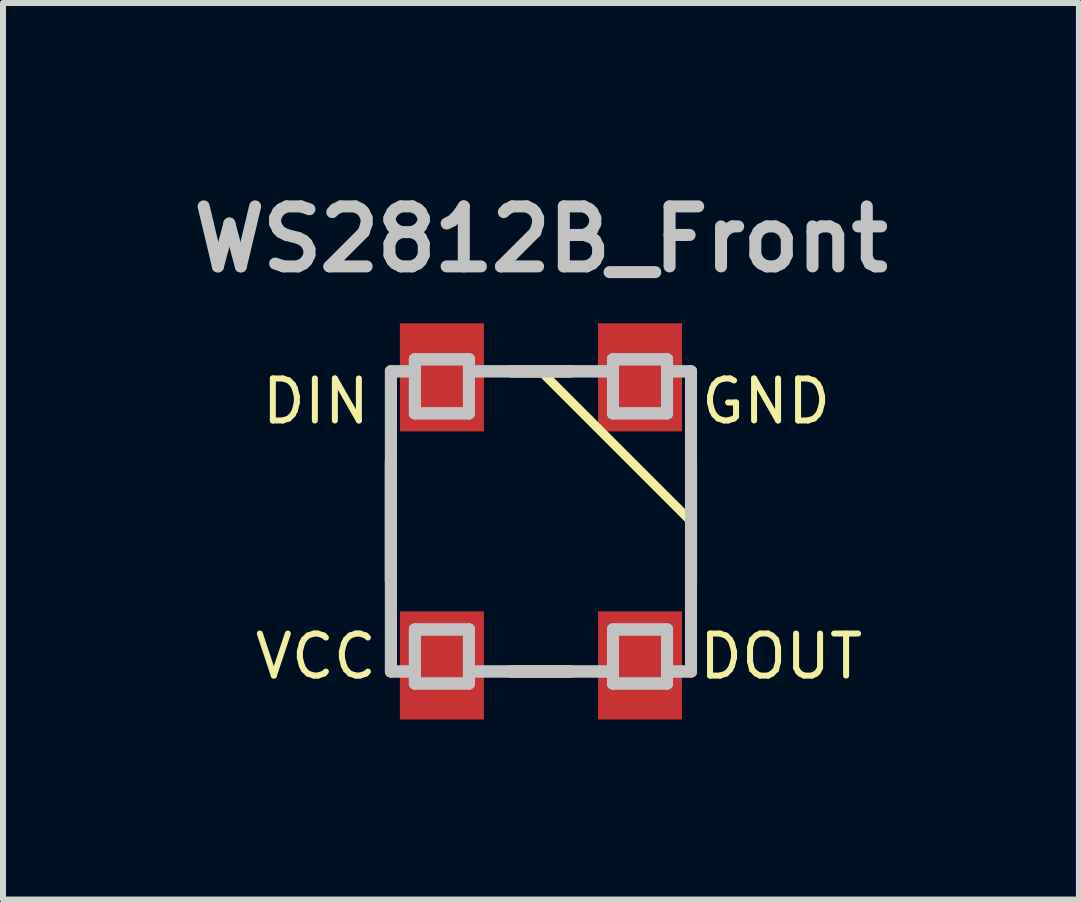
<source format=kicad_pcb>
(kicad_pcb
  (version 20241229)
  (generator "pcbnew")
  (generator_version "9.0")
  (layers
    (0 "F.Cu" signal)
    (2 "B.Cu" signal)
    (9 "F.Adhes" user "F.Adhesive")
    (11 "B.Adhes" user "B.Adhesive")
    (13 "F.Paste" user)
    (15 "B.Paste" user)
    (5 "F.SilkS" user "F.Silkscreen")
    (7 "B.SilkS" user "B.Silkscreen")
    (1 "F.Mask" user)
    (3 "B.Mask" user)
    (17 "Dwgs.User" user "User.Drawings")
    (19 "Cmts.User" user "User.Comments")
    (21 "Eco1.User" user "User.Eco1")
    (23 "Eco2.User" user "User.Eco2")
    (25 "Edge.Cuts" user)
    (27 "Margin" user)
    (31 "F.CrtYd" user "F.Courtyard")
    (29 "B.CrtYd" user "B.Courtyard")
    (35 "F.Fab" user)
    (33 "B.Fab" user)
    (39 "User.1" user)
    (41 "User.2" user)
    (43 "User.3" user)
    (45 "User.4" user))
  (footprint "WS2812B_Front"
    (layer "F.Cu")
    (at 5.962 5.636)
    (property "Reference" "WS2812B_Front" (at 0 -4.7 0) (layer "Dwgs.User") (effects (font (size 1 1) (thickness 0.2))))
    (attr through_hole)
    (fp_line (start -2.5 -1) (end -2.5 1) (stroke (width 0.2) (type solid)) (layer "F.SilkS"))
    (fp_line (start -2.5 -1) (end -2.5 1) (stroke (width 0.2) (type solid)) (layer "F.SilkS"))
    (fp_line (start -0.5 -2.5) (end 0.5 -2.5) (stroke (width 0.2) (type solid)) (layer "F.SilkS"))
    (fp_line (start -0.5 2.5) (end 0.5 2.5) (stroke (width 0.2) (type solid)) (layer "F.SilkS"))
    (fp_line (start 0 -2.5) (end 2.5 0) (stroke (width 0.15) (type solid)) (layer "F.SilkS"))
    (fp_line (start 0.5 -2.5) (end -0.5 -2.5) (stroke (width 0.2) (type solid)) (layer "F.SilkS"))
    (fp_line (start 0.5 2.5) (end -0.5 2.5) (stroke (width 0.2) (type solid)) (layer "F.SilkS"))
    (fp_line (start 2.5 -1) (end 2.5 1) (stroke (width 0.2) (type solid)) (layer "F.SilkS"))
    (fp_line (start 2.5 -1) (end 2.5 1) (stroke (width 0.2) (type solid)) (layer "F.SilkS"))
    (fp_line (start -2.5 -2.5) (end -2.5 2.5) (stroke (width 0.2) (type solid)) (layer "Dwgs.User"))
    (fp_line (start -2.5 -2.5) (end -2.1 -2.5) (stroke (width 0.2) (type solid)) (layer "Dwgs.User"))
    (fp_line (start -2.5 2.5) (end -2.1 2.5) (stroke (width 0.2) (type solid)) (layer "Dwgs.User"))
    (fp_line (start -2.499 2.499) (end -2.499 -2.499) (stroke (width 0.2) (type solid)) (layer "Dwgs.User"))
    (fp_line (start -2.1 -2.7) (end -1.2 -2.7) (stroke (width 0.2) (type solid)) (layer "Dwgs.User"))
    (fp_line (start -2.1 -2.7) (end -1.2 -2.7) (stroke (width 0.2) (type solid)) (layer "Dwgs.User"))
    (fp_line (start -2.1 -2.5) (end -2.5 -2.5) (stroke (width 0.2) (type solid)) (layer "Dwgs.User"))
    (fp_line (start -2.1 -1.8) (end -2.1 -2.7) (stroke (width 0.2) (type solid)) (layer "Dwgs.User"))
    (fp_line (start -2.1 -1.8) (end -2.1 -2.7) (stroke (width 0.2) (type solid)) (layer "Dwgs.User"))
    (fp_line (start -2.1 1.8) (end -2.1 2.7) (stroke (width 0.2) (type solid)) (layer "Dwgs.User"))
    (fp_line (start -2.1 1.8) (end -1.2 1.8) (stroke (width 0.2) (type solid)) (layer "Dwgs.User"))
    (fp_line (start -2.1 2.5) (end -2.5 2.5) (stroke (width 0.2) (type solid)) (layer "Dwgs.User"))
    (fp_line (start -2.1 2.7) (end -2.1 1.8) (stroke (width 0.2) (type solid)) (layer "Dwgs.User"))
    (fp_line (start -2.1 2.7) (end -1.2 2.7) (stroke (width 0.2) (type solid)) (layer "Dwgs.User"))
    (fp_line (start -1.2 -2.7) (end -1.2 -1.8) (stroke (width 0.2) (type solid)) (layer "Dwgs.User"))
    (fp_line (start -1.2 -2.7) (end -1.2 -1.8) (stroke (width 0.2) (type solid)) (layer "Dwgs.User"))
    (fp_line (start -1.2 -2.5) (end 1.2 -2.5) (stroke (width 0.2) (type solid)) (layer "Dwgs.User"))
    (fp_line (start -1.2 -1.8) (end -2.1 -1.8) (stroke (width 0.2) (type solid)) (layer "Dwgs.User"))
    (fp_line (start -1.2 -1.8) (end -2.1 -1.8) (stroke (width 0.2) (type solid)) (layer "Dwgs.User"))
    (fp_line (start -1.2 1.8) (end -2.1 1.8) (stroke (width 0.2) (type solid)) (layer "Dwgs.User"))
    (fp_line (start -1.2 1.8) (end -1.2 2.7) (stroke (width 0.2) (type solid)) (layer "Dwgs.User"))
    (fp_line (start -1.2 2.5) (end 1.2 2.5) (stroke (width 0.2) (type solid)) (layer "Dwgs.User"))
    (fp_line (start -1.2 2.7) (end -2.1 2.7) (stroke (width 0.2) (type solid)) (layer "Dwgs.User"))
    (fp_line (start -1.2 2.7) (end -1.2 1.8) (stroke (width 0.2) (type solid)) (layer "Dwgs.User"))
    (fp_line (start 1.2 -2.7) (end 1.2 -1.8) (stroke (width 0.2) (type solid)) (layer "Dwgs.User"))
    (fp_line (start 1.2 -2.7) (end 1.2 -1.8) (stroke (width 0.2) (type solid)) (layer "Dwgs.User"))
    (fp_line (start 1.2 -2.5) (end -1.2 -2.5) (stroke (width 0.2) (type solid)) (layer "Dwgs.User"))
    (fp_line (start 1.2 -1.8) (end 2.1 -1.8) (stroke (width 0.2) (type solid)) (layer "Dwgs.User"))
    (fp_line (start 1.2 -1.8) (end 2.1 -1.8) (stroke (width 0.2) (type solid)) (layer "Dwgs.User"))
    (fp_line (start 1.2 1.8) (end 1.2 2.7) (stroke (width 0.2) (type solid)) (layer "Dwgs.User"))
    (fp_line (start 1.2 1.8) (end 2.1 1.8) (stroke (width 0.2) (type solid)) (layer "Dwgs.User"))
    (fp_line (start 1.2 2.5) (end -1.2 2.5) (stroke (width 0.2) (type solid)) (layer "Dwgs.User"))
    (fp_line (start 1.2 2.7) (end 1.2 1.8) (stroke (width 0.2) (type solid)) (layer "Dwgs.User"))
    (fp_line (start 1.2 2.7) (end 2.1 2.7) (stroke (width 0.2) (type solid)) (layer "Dwgs.User"))
    (fp_line (start 2.1 -2.7) (end 1.2 -2.7) (stroke (width 0.2) (type solid)) (layer "Dwgs.User"))
    (fp_line (start 2.1 -2.7) (end 1.2 -2.7) (stroke (width 0.2) (type solid)) (layer "Dwgs.User"))
    (fp_line (start 2.1 -2.5) (end 2.5 -2.5) (stroke (width 0.2) (type solid)) (layer "Dwgs.User"))
    (fp_line (start 2.1 -1.8) (end 2.1 -2.7) (stroke (width 0.2) (type solid)) (layer "Dwgs.User"))
    (fp_line (start 2.1 -1.8) (end 2.1 -2.7) (stroke (width 0.2) (type solid)) (layer "Dwgs.User"))
    (fp_line (start 2.1 1.8) (end 1.2 1.8) (stroke (width 0.2) (type solid)) (layer "Dwgs.User"))
    (fp_line (start 2.1 1.8) (end 2.1 2.7) (stroke (width 0.2) (type solid)) (layer "Dwgs.User"))
    (fp_line (start 2.1 2.5) (end 2.5 2.5) (stroke (width 0.2) (type solid)) (layer "Dwgs.User"))
    (fp_line (start 2.1 2.7) (end 1.2 2.7) (stroke (width 0.2) (type solid)) (layer "Dwgs.User"))
    (fp_line (start 2.1 2.7) (end 2.1 1.8) (stroke (width 0.2) (type solid)) (layer "Dwgs.User"))
    (fp_line (start 2.499 2.499) (end 2.499 -2.499) (stroke (width 0.2) (type solid)) (layer "Dwgs.User"))
    (fp_line (start 2.5 -2.5) (end 2.1 -2.5) (stroke (width 0.2) (type solid)) (layer "Dwgs.User"))
    (fp_line (start 2.5 -2.5) (end 2.5 2.5) (stroke (width 0.2) (type solid)) (layer "Dwgs.User"))
    (fp_line (start 2.5 2.5) (end 2.1 2.5) (stroke (width 0.2) (type solid)) (layer "Dwgs.User"))
    (fp_text user "VCC" (at -3.75 2.25 0) (layer "F.SilkS") (effects (font (size 0.7 0.7) (thickness 0.1))))
    (fp_text user "DOUT" (at 4 2.25 0) (layer "F.SilkS") (effects (font (size 0.7 0.7) (thickness 0.1))))
    (fp_text user "GND" (at 3.75 -2 0) (layer "F.SilkS") (effects (font (size 0.7 0.7) (thickness 0.1))))
    (fp_text user "DIN" (at -3.75 -2 0) (layer "F.SilkS") (effects (font (size 0.7 0.7) (thickness 0.1))))
    (pad "1" smd rect (at -1.65 2.4) (size 1.4 1.8) (layers "F.Cu" "F.Mask" "F.Paste"))
    (pad "2" smd rect (at 1.65 2.4) (size 1.4 1.8) (layers "F.Cu" "F.Mask" "F.Paste"))
    (pad "3" smd rect (at 1.65 -2.4) (size 1.4 1.8) (layers "F.Cu" "F.Mask" "F.Paste"))
    (pad "4" smd rect (at -1.65 -2.4) (size 1.4 1.8) (layers "F.Cu" "F.Mask" "F.Paste")))
  (gr_rect
    (start -3 -3)
    (end 14.924 11.936)
    (stroke (width 0.1) (type default))
    (fill no)
    (layer "Edge.Cuts")))
</source>
